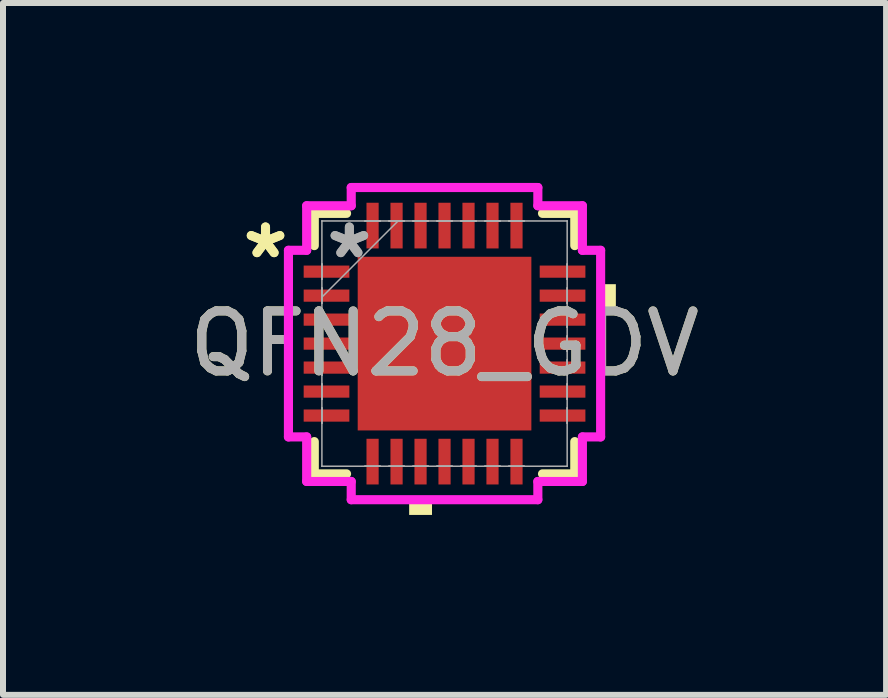
<source format=kicad_pcb>
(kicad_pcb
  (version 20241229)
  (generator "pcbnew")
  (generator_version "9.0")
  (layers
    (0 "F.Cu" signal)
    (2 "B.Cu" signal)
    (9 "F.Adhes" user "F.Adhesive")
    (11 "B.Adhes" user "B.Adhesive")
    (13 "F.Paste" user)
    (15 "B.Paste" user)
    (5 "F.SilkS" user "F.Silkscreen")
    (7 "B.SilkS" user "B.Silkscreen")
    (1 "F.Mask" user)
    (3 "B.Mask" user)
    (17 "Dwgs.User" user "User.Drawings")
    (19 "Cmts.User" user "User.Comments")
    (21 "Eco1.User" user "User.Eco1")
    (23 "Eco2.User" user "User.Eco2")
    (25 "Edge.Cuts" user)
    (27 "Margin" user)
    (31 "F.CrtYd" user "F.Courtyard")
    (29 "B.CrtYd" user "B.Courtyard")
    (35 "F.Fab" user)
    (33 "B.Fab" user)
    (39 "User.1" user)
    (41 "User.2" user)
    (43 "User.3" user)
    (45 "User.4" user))
  (footprint "QFN28_GDV"
    (layer "F.Cu")
    (at 4.363 2.68)
    (property "Reference" "QFN28_GDV" (at 0 0 0) (unlocked yes) (layer "F.SilkS") (effects (font (size 1 1) (thickness 0.15))))
    (attr smd)
    (fp_line (start -2.172 -2.172) (end -2.172 -1.634) (stroke (width 0.152) (type solid)) (layer "F.SilkS"))
    (fp_line (start -2.172 1.634) (end -2.172 2.172) (stroke (width 0.152) (type solid)) (layer "F.SilkS"))
    (fp_line (start -2.172 2.172) (end -1.634 2.172) (stroke (width 0.152) (type solid)) (layer "F.SilkS"))
    (fp_line (start -1.634 -2.172) (end -2.172 -2.172) (stroke (width 0.152) (type solid)) (layer "F.SilkS"))
    (fp_line (start 1.634 2.172) (end 2.172 2.172) (stroke (width 0.152) (type solid)) (layer "F.SilkS"))
    (fp_line (start 2.172 -2.172) (end 1.634 -2.172) (stroke (width 0.152) (type solid)) (layer "F.SilkS"))
    (fp_line (start 2.172 -1.634) (end 2.172 -2.172) (stroke (width 0.152) (type solid)) (layer "F.SilkS"))
    (fp_line (start 2.172 2.172) (end 2.172 1.634) (stroke (width 0.152) (type solid)) (layer "F.SilkS"))
    (fp_poly (pts (xy -0.59 2.603) (xy -0.59 2.857) (xy -0.209 2.857) (xy -0.209 2.603)) (stroke (width 0) (type solid)) (fill yes) (layer "F.SilkS"))
    (fp_poly (pts (xy 2.857 -0.991) (xy 2.857 -0.61) (xy 2.603 -0.61) (xy 2.603 -0.991)) (stroke (width 0) (type solid)) (fill yes) (layer "F.SilkS"))
    (fp_poly (pts (xy -1.348 -1.348) (xy -1.348 -0.1) (xy -0.1 -0.1) (xy -0.1 -1.348)) (stroke (width 0) (type solid)) (fill yes) (layer "F.Paste"))
    (fp_poly (pts (xy -1.348 0.1) (xy -1.348 1.348) (xy -0.1 1.348) (xy -0.1 0.1)) (stroke (width 0) (type solid)) (fill yes) (layer "F.Paste"))
    (fp_poly (pts (xy 0.1 -1.348) (xy 0.1 -0.1) (xy 1.348 -0.1) (xy 1.348 -1.348)) (stroke (width 0) (type solid)) (fill yes) (layer "F.Paste"))
    (fp_poly (pts (xy 0.1 0.1) (xy 0.1 1.348) (xy 1.348 1.348) (xy 1.348 0.1)) (stroke (width 0) (type solid)) (fill yes) (layer "F.Paste"))
    (fp_line (start -2.603 -1.556) (end -2.299 -1.556) (stroke (width 0.152) (type solid)) (layer "F.CrtYd"))
    (fp_line (start -2.603 1.556) (end -2.603 -1.556) (stroke (width 0.152) (type solid)) (layer "F.CrtYd"))
    (fp_line (start -2.299 -2.299) (end -1.556 -2.299) (stroke (width 0.152) (type solid)) (layer "F.CrtYd"))
    (fp_line (start -2.299 -1.556) (end -2.299 -2.299) (stroke (width 0.152) (type solid)) (layer "F.CrtYd"))
    (fp_line (start -2.299 1.556) (end -2.603 1.556) (stroke (width 0.152) (type solid)) (layer "F.CrtYd"))
    (fp_line (start -2.299 2.299) (end -2.299 1.556) (stroke (width 0.152) (type solid)) (layer "F.CrtYd"))
    (fp_line (start -1.556 -2.603) (end 1.556 -2.603) (stroke (width 0.152) (type solid)) (layer "F.CrtYd"))
    (fp_line (start -1.556 -2.299) (end -1.556 -2.603) (stroke (width 0.152) (type solid)) (layer "F.CrtYd"))
    (fp_line (start -1.556 2.299) (end -2.299 2.299) (stroke (width 0.152) (type solid)) (layer "F.CrtYd"))
    (fp_line (start -1.556 2.603) (end -1.556 2.299) (stroke (width 0.152) (type solid)) (layer "F.CrtYd"))
    (fp_line (start 1.556 -2.603) (end 1.556 -2.299) (stroke (width 0.152) (type solid)) (layer "F.CrtYd"))
    (fp_line (start 1.556 -2.299) (end 2.299 -2.299) (stroke (width 0.152) (type solid)) (layer "F.CrtYd"))
    (fp_line (start 1.556 2.299) (end 1.556 2.603) (stroke (width 0.152) (type solid)) (layer "F.CrtYd"))
    (fp_line (start 1.556 2.603) (end -1.556 2.603) (stroke (width 0.152) (type solid)) (layer "F.CrtYd"))
    (fp_line (start 2.299 -2.299) (end 2.299 -1.556) (stroke (width 0.152) (type solid)) (layer "F.CrtYd"))
    (fp_line (start 2.299 -1.556) (end 2.603 -1.556) (stroke (width 0.152) (type solid)) (layer "F.CrtYd"))
    (fp_line (start 2.299 1.556) (end 2.299 2.299) (stroke (width 0.152) (type solid)) (layer "F.CrtYd"))
    (fp_line (start 2.299 2.299) (end 1.556 2.299) (stroke (width 0.152) (type solid)) (layer "F.CrtYd"))
    (fp_line (start 2.603 -1.556) (end 2.603 1.556) (stroke (width 0.152) (type solid)) (layer "F.CrtYd"))
    (fp_line (start 2.603 1.556) (end 2.299 1.556) (stroke (width 0.152) (type solid)) (layer "F.CrtYd"))
    (fp_line (start -2.045 -2.045) (end -2.045 -2.045) (stroke (width 0.025) (type solid)) (layer "F.Fab"))
    (fp_line (start -2.045 -2.045) (end -2.045 2.045) (stroke (width 0.025) (type solid)) (layer "F.Fab"))
    (fp_line (start -2.045 -1.327) (end -2.045 -1.327) (stroke (width 0.025) (type solid)) (layer "F.Fab"))
    (fp_line (start -2.045 -1.327) (end -2.045 -1.073) (stroke (width 0.025) (type solid)) (layer "F.Fab"))
    (fp_line (start -2.045 -1.073) (end -2.045 -1.327) (stroke (width 0.025) (type solid)) (layer "F.Fab"))
    (fp_line (start -2.045 -1.073) (end -2.045 -1.073) (stroke (width 0.025) (type solid)) (layer "F.Fab"))
    (fp_line (start -2.045 -0.927) (end -2.045 -0.927) (stroke (width 0.025) (type solid)) (layer "F.Fab"))
    (fp_line (start -2.045 -0.927) (end -2.045 -0.673) (stroke (width 0.025) (type solid)) (layer "F.Fab"))
    (fp_line (start -2.045 -0.775) (end -0.775 -2.045) (stroke (width 0.025) (type solid)) (layer "F.Fab"))
    (fp_line (start -2.045 -0.673) (end -2.045 -0.927) (stroke (width 0.025) (type solid)) (layer "F.Fab"))
    (fp_line (start -2.045 -0.673) (end -2.045 -0.673) (stroke (width 0.025) (type solid)) (layer "F.Fab"))
    (fp_line (start -2.045 -0.527) (end -2.045 -0.527) (stroke (width 0.025) (type solid)) (layer "F.Fab"))
    (fp_line (start -2.045 -0.527) (end -2.045 -0.273) (stroke (width 0.025) (type solid)) (layer "F.Fab"))
    (fp_line (start -2.045 -0.273) (end -2.045 -0.527) (stroke (width 0.025) (type solid)) (layer "F.Fab"))
    (fp_line (start -2.045 -0.273) (end -2.045 -0.273) (stroke (width 0.025) (type solid)) (layer "F.Fab"))
    (fp_line (start -2.045 -0.127) (end -2.045 -0.127) (stroke (width 0.025) (type solid)) (layer "F.Fab"))
    (fp_line (start -2.045 -0.127) (end -2.045 0.127) (stroke (width 0.025) (type solid)) (layer "F.Fab"))
    (fp_line (start -2.045 0.127) (end -2.045 -0.127) (stroke (width 0.025) (type solid)) (layer "F.Fab"))
    (fp_line (start -2.045 0.127) (end -2.045 0.127) (stroke (width 0.025) (type solid)) (layer "F.Fab"))
    (fp_line (start -2.045 0.273) (end -2.045 0.273) (stroke (width 0.025) (type solid)) (layer "F.Fab"))
    (fp_line (start -2.045 0.273) (end -2.045 0.527) (stroke (width 0.025) (type solid)) (layer "F.Fab"))
    (fp_line (start -2.045 0.527) (end -2.045 0.273) (stroke (width 0.025) (type solid)) (layer "F.Fab"))
    (fp_line (start -2.045 0.527) (end -2.045 0.527) (stroke (width 0.025) (type solid)) (layer "F.Fab"))
    (fp_line (start -2.045 0.673) (end -2.045 0.673) (stroke (width 0.025) (type solid)) (layer "F.Fab"))
    (fp_line (start -2.045 0.673) (end -2.045 0.927) (stroke (width 0.025) (type solid)) (layer "F.Fab"))
    (fp_line (start -2.045 0.927) (end -2.045 0.673) (stroke (width 0.025) (type solid)) (layer "F.Fab"))
    (fp_line (start -2.045 0.927) (end -2.045 0.927) (stroke (width 0.025) (type solid)) (layer "F.Fab"))
    (fp_line (start -2.045 1.073) (end -2.045 1.073) (stroke (width 0.025) (type solid)) (layer "F.Fab"))
    (fp_line (start -2.045 1.073) (end -2.045 1.327) (stroke (width 0.025) (type solid)) (layer "F.Fab"))
    (fp_line (start -2.045 1.327) (end -2.045 1.073) (stroke (width 0.025) (type solid)) (layer "F.Fab"))
    (fp_line (start -2.045 1.327) (end -2.045 1.327) (stroke (width 0.025) (type solid)) (layer "F.Fab"))
    (fp_line (start -2.045 2.045) (end -2.045 2.045) (stroke (width 0.025) (type solid)) (layer "F.Fab"))
    (fp_line (start -2.045 2.045) (end 2.045 2.045) (stroke (width 0.025) (type solid)) (layer "F.Fab"))
    (fp_line (start -1.327 -2.045) (end -1.327 -2.045) (stroke (width 0.025) (type solid)) (layer "F.Fab"))
    (fp_line (start -1.327 -2.045) (end -1.073 -2.045) (stroke (width 0.025) (type solid)) (layer "F.Fab"))
    (fp_line (start -1.327 2.045) (end -1.327 2.045) (stroke (width 0.025) (type solid)) (layer "F.Fab"))
    (fp_line (start -1.327 2.045) (end -1.073 2.045) (stroke (width 0.025) (type solid)) (layer "F.Fab"))
    (fp_line (start -1.073 -2.045) (end -1.327 -2.045) (stroke (width 0.025) (type solid)) (layer "F.Fab"))
    (fp_line (start -1.073 -2.045) (end -1.073 -2.045) (stroke (width 0.025) (type solid)) (layer "F.Fab"))
    (fp_line (start -1.073 2.045) (end -1.327 2.045) (stroke (width 0.025) (type solid)) (layer "F.Fab"))
    (fp_line (start -1.073 2.045) (end -1.073 2.045) (stroke (width 0.025) (type solid)) (layer "F.Fab"))
    (fp_line (start -0.927 -2.045) (end -0.927 -2.045) (stroke (width 0.025) (type solid)) (layer "F.Fab"))
    (fp_line (start -0.927 -2.045) (end -0.673 -2.045) (stroke (width 0.025) (type solid)) (layer "F.Fab"))
    (fp_line (start -0.927 2.045) (end -0.927 2.045) (stroke (width 0.025) (type solid)) (layer "F.Fab"))
    (fp_line (start -0.927 2.045) (end -0.673 2.045) (stroke (width 0.025) (type solid)) (layer "F.Fab"))
    (fp_line (start -0.673 -2.045) (end -0.927 -2.045) (stroke (width 0.025) (type solid)) (layer "F.Fab"))
    (fp_line (start -0.673 -2.045) (end -0.673 -2.045) (stroke (width 0.025) (type solid)) (layer "F.Fab"))
    (fp_line (start -0.673 2.045) (end -0.927 2.045) (stroke (width 0.025) (type solid)) (layer "F.Fab"))
    (fp_line (start -0.673 2.045) (end -0.673 2.045) (stroke (width 0.025) (type solid)) (layer "F.Fab"))
    (fp_line (start -0.527 -2.045) (end -0.527 -2.045) (stroke (width 0.025) (type solid)) (layer "F.Fab"))
    (fp_line (start -0.527 -2.045) (end -0.273 -2.045) (stroke (width 0.025) (type solid)) (layer "F.Fab"))
    (fp_line (start -0.527 2.045) (end -0.527 2.045) (stroke (width 0.025) (type solid)) (layer "F.Fab"))
    (fp_line (start -0.527 2.045) (end -0.273 2.045) (stroke (width 0.025) (type solid)) (layer "F.Fab"))
    (fp_line (start -0.273 -2.045) (end -0.527 -2.045) (stroke (width 0.025) (type solid)) (layer "F.Fab"))
    (fp_line (start -0.273 -2.045) (end -0.273 -2.045) (stroke (width 0.025) (type solid)) (layer "F.Fab"))
    (fp_line (start -0.273 2.045) (end -0.527 2.045) (stroke (width 0.025) (type solid)) (layer "F.Fab"))
    (fp_line (start -0.273 2.045) (end -0.273 2.045) (stroke (width 0.025) (type solid)) (layer "F.Fab"))
    (fp_line (start -0.127 -2.045) (end -0.127 -2.045) (stroke (width 0.025) (type solid)) (layer "F.Fab"))
    (fp_line (start -0.127 -2.045) (end 0.127 -2.045) (stroke (width 0.025) (type solid)) (layer "F.Fab"))
    (fp_line (start -0.127 2.045) (end -0.127 2.045) (stroke (width 0.025) (type solid)) (layer "F.Fab"))
    (fp_line (start -0.127 2.045) (end 0.127 2.045) (stroke (width 0.025) (type solid)) (layer "F.Fab"))
    (fp_line (start 0.127 -2.045) (end -0.127 -2.045) (stroke (width 0.025) (type solid)) (layer "F.Fab"))
    (fp_line (start 0.127 -2.045) (end 0.127 -2.045) (stroke (width 0.025) (type solid)) (layer "F.Fab"))
    (fp_line (start 0.127 2.045) (end -0.127 2.045) (stroke (width 0.025) (type solid)) (layer "F.Fab"))
    (fp_line (start 0.127 2.045) (end 0.127 2.045) (stroke (width 0.025) (type solid)) (layer "F.Fab"))
    (fp_line (start 0.273 -2.045) (end 0.273 -2.045) (stroke (width 0.025) (type solid)) (layer "F.Fab"))
    (fp_line (start 0.273 -2.045) (end 0.527 -2.045) (stroke (width 0.025) (type solid)) (layer "F.Fab"))
    (fp_line (start 0.273 2.045) (end 0.273 2.045) (stroke (width 0.025) (type solid)) (layer "F.Fab"))
    (fp_line (start 0.273 2.045) (end 0.527 2.045) (stroke (width 0.025) (type solid)) (layer "F.Fab"))
    (fp_line (start 0.527 -2.045) (end 0.273 -2.045) (stroke (width 0.025) (type solid)) (layer "F.Fab"))
    (fp_line (start 0.527 -2.045) (end 0.527 -2.045) (stroke (width 0.025) (type solid)) (layer "F.Fab"))
    (fp_line (start 0.527 2.045) (end 0.273 2.045) (stroke (width 0.025) (type solid)) (layer "F.Fab"))
    (fp_line (start 0.527 2.045) (end 0.527 2.045) (stroke (width 0.025) (type solid)) (layer "F.Fab"))
    (fp_line (start 0.673 -2.045) (end 0.673 -2.045) (stroke (width 0.025) (type solid)) (layer "F.Fab"))
    (fp_line (start 0.673 -2.045) (end 0.927 -2.045) (stroke (width 0.025) (type solid)) (layer "F.Fab"))
    (fp_line (start 0.673 2.045) (end 0.673 2.045) (stroke (width 0.025) (type solid)) (layer "F.Fab"))
    (fp_line (start 0.673 2.045) (end 0.927 2.045) (stroke (width 0.025) (type solid)) (layer "F.Fab"))
    (fp_line (start 0.927 -2.045) (end 0.673 -2.045) (stroke (width 0.025) (type solid)) (layer "F.Fab"))
    (fp_line (start 0.927 -2.045) (end 0.927 -2.045) (stroke (width 0.025) (type solid)) (layer "F.Fab"))
    (fp_line (start 0.927 2.045) (end 0.673 2.045) (stroke (width 0.025) (type solid)) (layer "F.Fab"))
    (fp_line (start 0.927 2.045) (end 0.927 2.045) (stroke (width 0.025) (type solid)) (layer "F.Fab"))
    (fp_line (start 1.073 -2.045) (end 1.073 -2.045) (stroke (width 0.025) (type solid)) (layer "F.Fab"))
    (fp_line (start 1.073 -2.045) (end 1.327 -2.045) (stroke (width 0.025) (type solid)) (layer "F.Fab"))
    (fp_line (start 1.073 2.045) (end 1.073 2.045) (stroke (width 0.025) (type solid)) (layer "F.Fab"))
    (fp_line (start 1.073 2.045) (end 1.327 2.045) (stroke (width 0.025) (type solid)) (layer "F.Fab"))
    (fp_line (start 1.327 -2.045) (end 1.073 -2.045) (stroke (width 0.025) (type solid)) (layer "F.Fab"))
    (fp_line (start 1.327 -2.045) (end 1.327 -2.045) (stroke (width 0.025) (type solid)) (layer "F.Fab"))
    (fp_line (start 1.327 2.045) (end 1.073 2.045) (stroke (width 0.025) (type solid)) (layer "F.Fab"))
    (fp_line (start 1.327 2.045) (end 1.327 2.045) (stroke (width 0.025) (type solid)) (layer "F.Fab"))
    (fp_line (start 2.045 -2.045) (end -2.045 -2.045) (stroke (width 0.025) (type solid)) (layer "F.Fab"))
    (fp_line (start 2.045 -2.045) (end 2.045 -2.045) (stroke (width 0.025) (type solid)) (layer "F.Fab"))
    (fp_line (start 2.045 -1.327) (end 2.045 -1.327) (stroke (width 0.025) (type solid)) (layer "F.Fab"))
    (fp_line (start 2.045 -1.327) (end 2.045 -1.073) (stroke (width 0.025) (type solid)) (layer "F.Fab"))
    (fp_line (start 2.045 -1.073) (end 2.045 -1.327) (stroke (width 0.025) (type solid)) (layer "F.Fab"))
    (fp_line (start 2.045 -1.073) (end 2.045 -1.073) (stroke (width 0.025) (type solid)) (layer "F.Fab"))
    (fp_line (start 2.045 -0.927) (end 2.045 -0.927) (stroke (width 0.025) (type solid)) (layer "F.Fab"))
    (fp_line (start 2.045 -0.927) (end 2.045 -0.673) (stroke (width 0.025) (type solid)) (layer "F.Fab"))
    (fp_line (start 2.045 -0.673) (end 2.045 -0.927) (stroke (width 0.025) (type solid)) (layer "F.Fab"))
    (fp_line (start 2.045 -0.673) (end 2.045 -0.673) (stroke (width 0.025) (type solid)) (layer "F.Fab"))
    (fp_line (start 2.045 -0.527) (end 2.045 -0.527) (stroke (width 0.025) (type solid)) (layer "F.Fab"))
    (fp_line (start 2.045 -0.527) (end 2.045 -0.273) (stroke (width 0.025) (type solid)) (layer "F.Fab"))
    (fp_line (start 2.045 -0.273) (end 2.045 -0.527) (stroke (width 0.025) (type solid)) (layer "F.Fab"))
    (fp_line (start 2.045 -0.273) (end 2.045 -0.273) (stroke (width 0.025) (type solid)) (layer "F.Fab"))
    (fp_line (start 2.045 -0.127) (end 2.045 -0.127) (stroke (width 0.025) (type solid)) (layer "F.Fab"))
    (fp_line (start 2.045 -0.127) (end 2.045 0.127) (stroke (width 0.025) (type solid)) (layer "F.Fab"))
    (fp_line (start 2.045 0.127) (end 2.045 -0.127) (stroke (width 0.025) (type solid)) (layer "F.Fab"))
    (fp_line (start 2.045 0.127) (end 2.045 0.127) (stroke (width 0.025) (type solid)) (layer "F.Fab"))
    (fp_line (start 2.045 0.273) (end 2.045 0.273) (stroke (width 0.025) (type solid)) (layer "F.Fab"))
    (fp_line (start 2.045 0.273) (end 2.045 0.527) (stroke (width 0.025) (type solid)) (layer "F.Fab"))
    (fp_line (start 2.045 0.527) (end 2.045 0.273) (stroke (width 0.025) (type solid)) (layer "F.Fab"))
    (fp_line (start 2.045 0.527) (end 2.045 0.527) (stroke (width 0.025) (type solid)) (layer "F.Fab"))
    (fp_line (start 2.045 0.673) (end 2.045 0.673) (stroke (width 0.025) (type solid)) (layer "F.Fab"))
    (fp_line (start 2.045 0.673) (end 2.045 0.927) (stroke (width 0.025) (type solid)) (layer "F.Fab"))
    (fp_line (start 2.045 0.927) (end 2.045 0.673) (stroke (width 0.025) (type solid)) (layer "F.Fab"))
    (fp_line (start 2.045 0.927) (end 2.045 0.927) (stroke (width 0.025) (type solid)) (layer "F.Fab"))
    (fp_line (start 2.045 1.073) (end 2.045 1.073) (stroke (width 0.025) (type solid)) (layer "F.Fab"))
    (fp_line (start 2.045 1.073) (end 2.045 1.327) (stroke (width 0.025) (type solid)) (layer "F.Fab"))
    (fp_line (start 2.045 1.327) (end 2.045 1.073) (stroke (width 0.025) (type solid)) (layer "F.Fab"))
    (fp_line (start 2.045 1.327) (end 2.045 1.327) (stroke (width 0.025) (type solid)) (layer "F.Fab"))
    (fp_line (start 2.045 2.045) (end 2.045 -2.045) (stroke (width 0.025) (type solid)) (layer "F.Fab"))
    (fp_line (start 2.045 2.045) (end 2.045 2.045) (stroke (width 0.025) (type solid)) (layer "F.Fab"))
    (fp_text user "*" (at -2.985 -1.4 0) (layer "F.SilkS") (effects (font (size 1 1) (thickness 0.15))))
    (fp_text user "*" (at -2.985 -1.4 0) (unlocked yes) (layer "F.SilkS") (effects (font (size 1 1) (thickness 0.15))))
    (fp_text user "*" (at -1.587 -1.4 0) (unlocked yes) (layer "F.Fab") (effects (font (size 1 1) (thickness 0.15))))
    (fp_text user "${REFERENCE}" (at 0 0 0) (unlocked yes) (layer "F.Fab") (effects (font (size 1 1) (thickness 0.15))))
    (fp_text user "*" (at -1.587 -1.4 0) (layer "F.Fab") (effects (font (size 1 1) (thickness 0.15))))
    (pad "1" smd rect (at -1.968 -1.2 90) (size 0.203 0.762) (layers "F.Cu" "F.Mask" "F.Paste"))
    (pad "2" smd rect (at -1.968 -0.8 90) (size 0.203 0.762) (layers "F.Cu" "F.Mask" "F.Paste"))
    (pad "3" smd rect (at -1.968 -0.4 90) (size 0.203 0.762) (layers "F.Cu" "F.Mask" "F.Paste"))
    (pad "4" smd rect (at -1.968 0 90) (size 0.203 0.762) (layers "F.Cu" "F.Mask" "F.Paste"))
    (pad "5" smd rect (at -1.968 0.4 90) (size 0.203 0.762) (layers "F.Cu" "F.Mask" "F.Paste"))
    (pad "6" smd rect (at -1.968 0.8 90) (size 0.203 0.762) (layers "F.Cu" "F.Mask" "F.Paste"))
    (pad "7" smd rect (at -1.968 1.2 90) (size 0.203 0.762) (layers "F.Cu" "F.Mask" "F.Paste"))
    (pad "8" smd rect (at -1.2 1.968) (size 0.203 0.762) (layers "F.Cu" "F.Mask" "F.Paste"))
    (pad "9" smd rect (at -0.8 1.968) (size 0.203 0.762) (layers "F.Cu" "F.Mask" "F.Paste"))
    (pad "10" smd rect (at -0.4 1.968) (size 0.203 0.762) (layers "F.Cu" "F.Mask" "F.Paste"))
    (pad "11" smd rect (at 0 1.968) (size 0.203 0.762) (layers "F.Cu" "F.Mask" "F.Paste"))
    (pad "12" smd rect (at 0.4 1.968) (size 0.203 0.762) (layers "F.Cu" "F.Mask" "F.Paste"))
    (pad "13" smd rect (at 0.8 1.968) (size 0.203 0.762) (layers "F.Cu" "F.Mask" "F.Paste"))
    (pad "14" smd rect (at 1.2 1.968) (size 0.203 0.762) (layers "F.Cu" "F.Mask" "F.Paste"))
    (pad "15" smd rect (at 1.968 1.2 90) (size 0.203 0.762) (layers "F.Cu" "F.Mask" "F.Paste"))
    (pad "16" smd rect (at 1.968 0.8 90) (size 0.203 0.762) (layers "F.Cu" "F.Mask" "F.Paste"))
    (pad "17" smd rect (at 1.968 0.4 90) (size 0.203 0.762) (layers "F.Cu" "F.Mask" "F.Paste"))
    (pad "18" smd rect (at 1.968 0 90) (size 0.203 0.762) (layers "F.Cu" "F.Mask" "F.Paste"))
    (pad "19" smd rect (at 1.968 -0.4 90) (size 0.203 0.762) (layers "F.Cu" "F.Mask" "F.Paste"))
    (pad "20" smd rect (at 1.968 -0.8 90) (size 0.203 0.762) (layers "F.Cu" "F.Mask" "F.Paste"))
    (pad "21" smd rect (at 1.968 -1.2 90) (size 0.203 0.762) (layers "F.Cu" "F.Mask" "F.Paste"))
    (pad "22" smd rect (at 1.2 -1.968) (size 0.203 0.762) (layers "F.Cu" "F.Mask" "F.Paste"))
    (pad "23" smd rect (at 0.8 -1.968) (size 0.203 0.762) (layers "F.Cu" "F.Mask" "F.Paste"))
    (pad "24" smd rect (at 0.4 -1.968) (size 0.203 0.762) (layers "F.Cu" "F.Mask" "F.Paste"))
    (pad "25" smd rect (at 0 -1.968) (size 0.203 0.762) (layers "F.Cu" "F.Mask" "F.Paste"))
    (pad "26" smd rect (at -0.4 -1.968) (size 0.203 0.762) (layers "F.Cu" "F.Mask" "F.Paste"))
    (pad "27" smd rect (at -0.8 -1.968) (size 0.203 0.762) (layers "F.Cu" "F.Mask" "F.Paste"))
    (pad "28" smd rect (at -1.2 -1.968) (size 0.203 0.762) (layers "F.Cu" "F.Mask" "F.Paste"))
    (pad "29" smd rect (at 0 0) (size 2.896 2.896) (layers "F.Cu" "F.Mask" "F.Paste")))
  (gr_rect
    (start -3 -3)
    (end 11.726 8.537)
    (stroke (width 0.1) (type default))
    (fill no)
    (layer "Edge.Cuts")))
</source>
